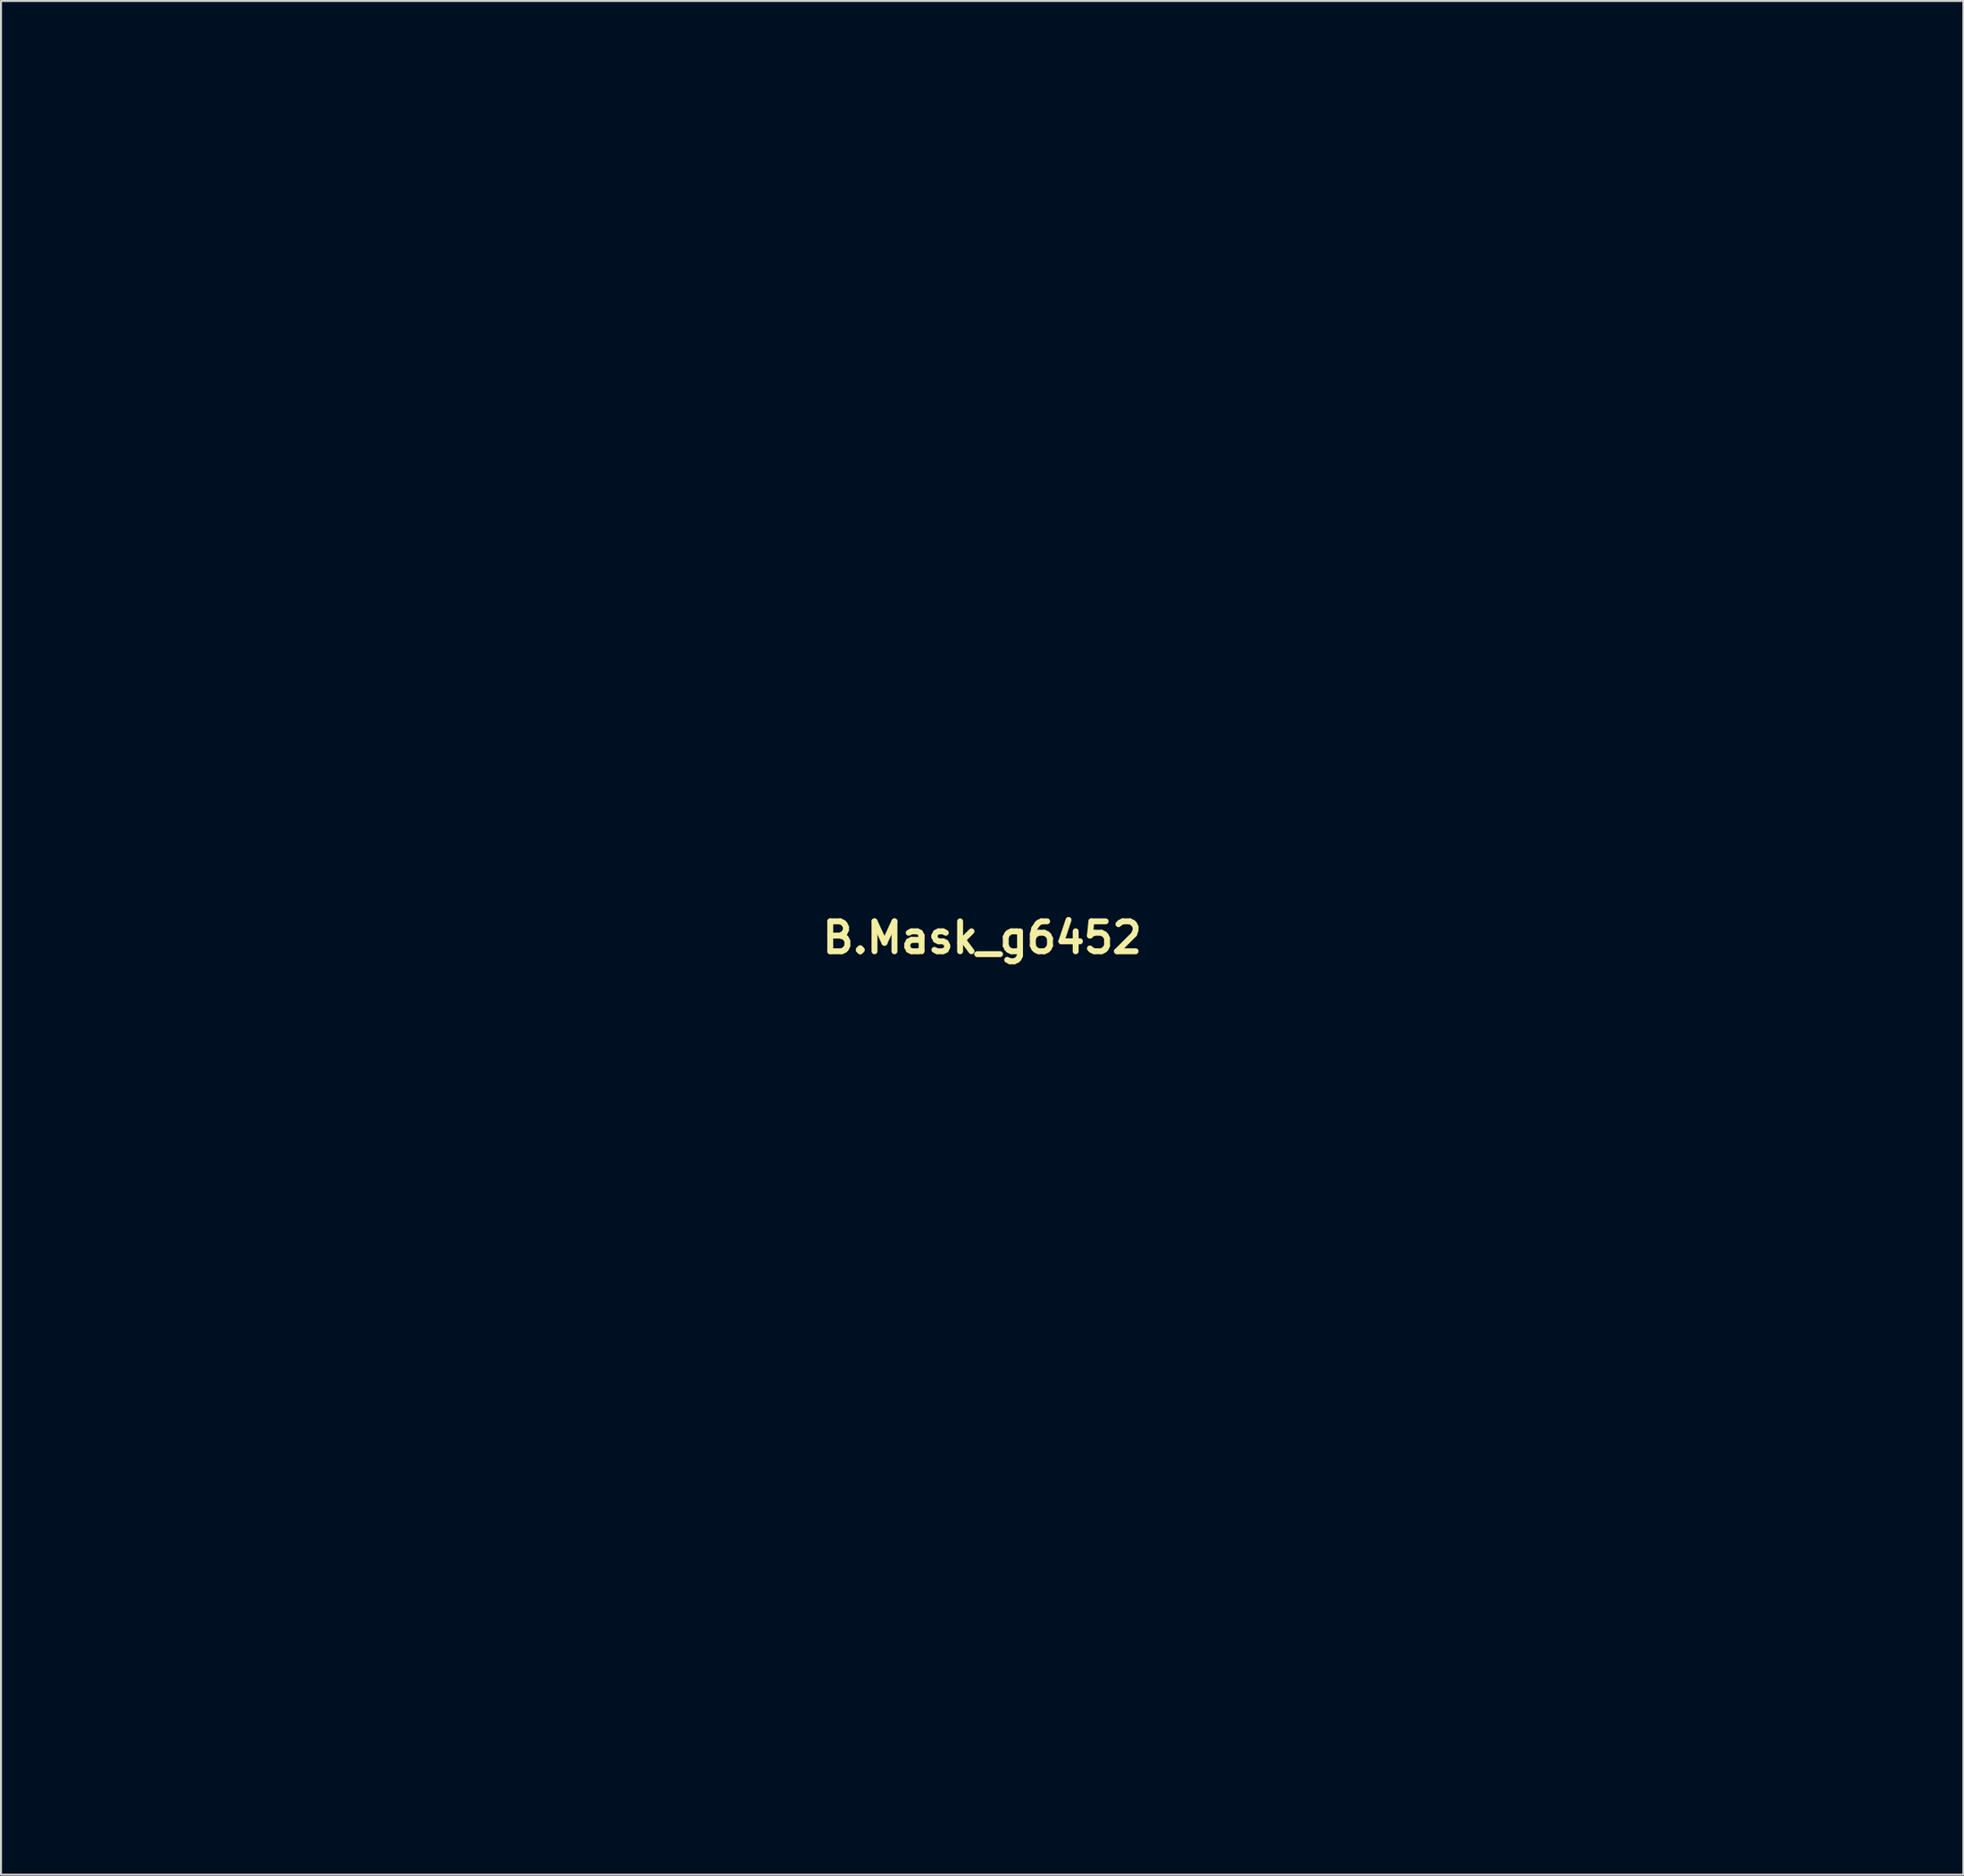
<source format=kicad_pcb>
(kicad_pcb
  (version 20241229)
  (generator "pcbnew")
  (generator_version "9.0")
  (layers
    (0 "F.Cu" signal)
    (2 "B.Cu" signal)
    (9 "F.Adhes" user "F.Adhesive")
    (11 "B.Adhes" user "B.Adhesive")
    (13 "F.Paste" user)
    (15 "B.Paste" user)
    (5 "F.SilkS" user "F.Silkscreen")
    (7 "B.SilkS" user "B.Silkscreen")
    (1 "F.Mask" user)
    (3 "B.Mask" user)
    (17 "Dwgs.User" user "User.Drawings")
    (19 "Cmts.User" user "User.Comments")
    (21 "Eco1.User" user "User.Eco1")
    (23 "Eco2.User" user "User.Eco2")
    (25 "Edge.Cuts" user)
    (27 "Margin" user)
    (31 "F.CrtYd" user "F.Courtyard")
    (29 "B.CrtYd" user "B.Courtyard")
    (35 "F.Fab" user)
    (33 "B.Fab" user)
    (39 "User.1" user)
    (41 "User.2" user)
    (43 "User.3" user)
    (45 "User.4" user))
  (footprint "B.Mask_g6452"
    (layer "F.Cu")
    (at 46.91 44.657)
    (property "Reference" "B.Mask_g6452" (at 0 0 0) (layer "F.SilkS") (effects (font (size 1.524 1.524) (thickness 0.3))))
    (attr through_hole)
    (fp_poly (pts (xy 0.198 -44.577) (xy 0.223 -44.554) (xy 0.265 -44.494) (xy 0.34 -44.367) (xy 0.444 -44.182) (xy 0.573 -43.946) (xy 0.721 -43.668) (xy 0.884 -43.358) (xy 1.058 -43.023) (xy 1.146 -42.85) (xy 1.473 -42.213) (xy 1.763 -41.647) (xy 2.021 -41.148) (xy 2.248 -40.712) (xy 2.447 -40.333) (xy 2.621 -40.008) (xy 2.773 -39.732) (xy 2.903 -39.5) (xy 3.017 -39.309) (xy 3.114 -39.154) (xy 3.2 -39.031) (xy 3.275 -38.934) (xy 3.342 -38.86) (xy 3.405 -38.804) (xy 3.464 -38.762) (xy 3.509 -38.737) (xy 3.623 -38.692) (xy 3.792 -38.641) (xy 3.988 -38.592) (xy 4.09 -38.57) (xy 4.246 -38.54) (xy 4.474 -38.499) (xy 4.762 -38.449) (xy 5.099 -38.392) (xy 5.473 -38.328) (xy 5.873 -38.262) (xy 6.286 -38.194) (xy 6.702 -38.126) (xy 7.109 -38.06) (xy 7.495 -37.998) (xy 7.848 -37.943) (xy 8.065 -37.909) (xy 8.551 -37.833) (xy 8.957 -37.766) (xy 9.285 -37.708) (xy 9.537 -37.657) (xy 9.717 -37.614) (xy 9.828 -37.578) (xy 9.855 -37.564) (xy 9.97 -37.45) (xy 10.007 -37.308) (xy 9.963 -37.148) (xy 9.96 -37.141) (xy 9.916 -37.085) (xy 9.818 -36.974) (xy 9.672 -36.816) (xy 9.484 -36.617) (xy 9.259 -36.383) (xy 9.003 -36.119) (xy 8.722 -35.833) (xy 8.423 -35.53) (xy 8.295 -35.401) (xy 7.816 -34.919) (xy 7.394 -34.493) (xy 7.025 -34.119) (xy 6.706 -33.794) (xy 6.433 -33.514) (xy 6.204 -33.276) (xy 6.014 -33.075) (xy 5.861 -32.909) (xy 5.74 -32.774) (xy 5.649 -32.666) (xy 5.584 -32.581) (xy 5.541 -32.517) (xy 5.526 -32.488) (xy 5.499 -32.421) (xy 5.478 -32.342) (xy 5.464 -32.246) (xy 5.457 -32.129) (xy 5.458 -31.984) (xy 5.468 -31.806) (xy 5.486 -31.592) (xy 5.514 -31.335) (xy 5.552 -31.031) (xy 5.601 -30.674) (xy 5.661 -30.26) (xy 5.732 -29.783) (xy 5.816 -29.238) (xy 5.913 -28.62) (xy 6.024 -27.925) (xy 6.034 -27.86) (xy 6.107 -27.397) (xy 6.168 -27.01) (xy 6.215 -26.692) (xy 6.252 -26.435) (xy 6.277 -26.232) (xy 6.293 -26.074) (xy 6.299 -25.956) (xy 6.297 -25.868) (xy 6.287 -25.803) (xy 6.27 -25.755) (xy 6.252 -25.723) (xy 6.161 -25.639) (xy 6.049 -25.589) (xy 6.016 -25.587) (xy 5.971 -25.593) (xy 5.908 -25.611) (xy 5.822 -25.643) (xy 5.707 -25.691) (xy 5.558 -25.758) (xy 5.37 -25.846) (xy 5.138 -25.958) (xy 4.855 -26.096) (xy 4.518 -26.263) (xy 4.121 -26.461) (xy 3.658 -26.693) (xy 3.2 -26.922) (xy 2.62 -27.213) (xy 2.111 -27.466) (xy 1.671 -27.684) (xy 1.296 -27.867) (xy 0.982 -28.017) (xy 0.727 -28.137) (xy 0.526 -28.226) (xy 0.377 -28.288) (xy 0.277 -28.324) (xy 0.243 -28.333) (xy 0.158 -28.349) (xy 0.077 -28.359) (xy -0.005 -28.361) (xy -0.095 -28.354) (xy -0.197 -28.334) (xy -0.317 -28.299) (xy -0.462 -28.247) (xy -0.637 -28.176) (xy -0.847 -28.082) (xy -1.099 -27.965) (xy -1.398 -27.821) (xy -1.75 -27.649) (xy -2.16 -27.445) (xy -2.635 -27.207) (xy -3.154 -26.947) (xy -3.6 -26.725) (xy -4.026 -26.513) (xy -4.426 -26.315) (xy -4.794 -26.134) (xy -5.123 -25.973) (xy -5.406 -25.836) (xy -5.638 -25.726) (xy -5.812 -25.645) (xy -5.921 -25.597) (xy -5.956 -25.585) (xy -6.063 -25.581) (xy -6.153 -25.627) (xy -6.205 -25.674) (xy -6.263 -25.737) (xy -6.295 -25.797) (xy -6.306 -25.879) (xy -6.302 -26.007) (xy -6.293 -26.113) (xy -6.28 -26.233) (xy -6.255 -26.424) (xy -6.22 -26.674) (xy -6.177 -26.969) (xy -6.127 -27.297) (xy -6.073 -27.646) (xy -6.036 -27.877) (xy -5.916 -28.629) (xy -5.809 -29.312) (xy -5.716 -29.924) (xy -5.636 -30.464) (xy -5.57 -30.929) (xy -5.518 -31.319) (xy -5.481 -31.63) (xy -5.458 -31.861) (xy -5.45 -32.004) (xy -5.459 -32.235) (xy -5.494 -32.408) (xy -5.524 -32.485) (xy -5.558 -32.542) (xy -5.615 -32.62) (xy -5.7 -32.723) (xy -5.814 -32.854) (xy -5.962 -33.017) (xy -6.147 -33.214) (xy -6.372 -33.449) (xy -6.64 -33.726) (xy -6.955 -34.048) (xy -7.319 -34.418) (xy -7.665 -34.768) (xy -2.149 -34.768) (xy -2.145 -34.452) (xy -2.134 -34.166) (xy -2.116 -33.926) (xy -2.09 -33.745) (xy -2.075 -33.681) (xy -1.986 -33.488) (xy -1.858 -33.368) (xy -1.686 -33.318) (xy -1.638 -33.316) (xy -1.488 -33.333) (xy -1.379 -33.391) (xy -1.347 -33.42) (xy -1.263 -33.533) (xy -1.197 -33.67) (xy -1.192 -33.685) (xy -1.154 -33.853) (xy -1.124 -34.089) (xy -1.101 -34.378) (xy -1.085 -34.703) (xy -1.077 -35.047) (xy -1.076 -35.395) (xy -1.078 -35.477) (xy 1.068 -35.477) (xy 1.069 -35.113) (xy 1.081 -34.737) (xy 1.09 -34.58) (xy 1.114 -34.252) (xy 1.139 -33.996) (xy 1.169 -33.8) (xy 1.207 -33.653) (xy 1.254 -33.542) (xy 1.314 -33.455) (xy 1.347 -33.42) (xy 1.485 -33.336) (xy 1.651 -33.311) (xy 1.815 -33.345) (xy 1.925 -33.417) (xy 1.985 -33.486) (xy 2.033 -33.566) (xy 2.07 -33.668) (xy 2.097 -33.8) (xy 2.116 -33.974) (xy 2.128 -34.198) (xy 2.134 -34.484) (xy 2.136 -34.841) (xy 2.136 -34.989) (xy 2.134 -35.42) (xy 2.125 -35.775) (xy 2.111 -36.064) (xy 2.089 -36.294) (xy 2.058 -36.474) (xy 2.018 -36.614) (xy 1.967 -36.721) (xy 1.918 -36.789) (xy 1.774 -36.904) (xy 1.61 -36.946) (xy 1.444 -36.917) (xy 1.296 -36.818) (xy 1.215 -36.712) (xy 1.168 -36.585) (xy 1.129 -36.385) (xy 1.099 -36.126) (xy 1.078 -35.819) (xy 1.068 -35.477) (xy -1.078 -35.477) (xy -1.083 -35.731) (xy -1.098 -36.038) (xy -1.121 -36.301) (xy -1.152 -36.503) (xy -1.166 -36.558) (xy -1.239 -36.747) (xy -1.34 -36.867) (xy -1.482 -36.931) (xy -1.552 -36.943) (xy -1.727 -36.927) (xy -1.88 -36.835) (xy -1.997 -36.674) (xy -2.017 -36.63) (xy -2.052 -36.503) (xy -2.082 -36.305) (xy -2.106 -36.051) (xy -2.126 -35.756) (xy -2.14 -35.435) (xy -2.148 -35.1) (xy -2.149 -34.768) (xy -7.665 -34.768) (xy -7.736 -34.84) (xy -8.209 -35.317) (xy -8.345 -35.454) (xy -8.65 -35.762) (xy -8.938 -36.056) (xy -9.202 -36.328) (xy -9.438 -36.573) (xy -9.639 -36.785) (xy -9.799 -36.958) (xy -9.914 -37.086) (xy -9.977 -37.163) (xy -9.987 -37.179) (xy -10.005 -37.337) (xy -9.947 -37.483) (xy -9.889 -37.546) (xy -9.847 -37.572) (xy -9.777 -37.599) (xy -9.674 -37.628) (xy -9.529 -37.661) (xy -9.336 -37.698) (xy -9.086 -37.742) (xy -8.773 -37.794) (xy -8.39 -37.855) (xy -8.022 -37.913) (xy -7.466 -38) (xy -6.922 -38.087) (xy -6.397 -38.172) (xy -5.898 -38.255) (xy -5.432 -38.334) (xy -5.007 -38.408) (xy -4.631 -38.475) (xy -4.309 -38.535) (xy -4.051 -38.585) (xy -3.863 -38.625) (xy -3.764 -38.65) (xy -3.556 -38.723) (xy -3.4 -38.809) (xy -3.269 -38.928) (xy -3.137 -39.102) (xy -3.108 -39.145) (xy -3.03 -39.273) (xy -2.915 -39.474) (xy -2.765 -39.746) (xy -2.582 -40.087) (xy -2.368 -40.492) (xy -2.122 -40.961) (xy -1.848 -41.489) (xy -1.545 -42.076) (xy -1.216 -42.717) (xy -1.106 -42.933) (xy -0.934 -43.268) (xy -0.769 -43.582) (xy -0.617 -43.868) (xy -0.483 -44.115) (xy -0.371 -44.316) (xy -0.287 -44.461) (xy -0.234 -44.542) (xy -0.225 -44.552) (xy -0.086 -44.643) (xy 0.058 -44.652) (xy 0.198 -44.577)) (stroke (width 0.01) (type solid)) (fill yes) (layer "B.Mask"))
    (fp_poly (pts (xy -22.718 25.62) (xy -22.582 25.74) (xy -22.514 25.835) (xy -22.473 25.908) (xy -22.397 26.049) (xy -22.292 26.248) (xy -22.161 26.499) (xy -22.009 26.791) (xy -21.84 27.118) (xy -21.658 27.471) (xy -21.472 27.834) (xy -21.165 28.435) (xy -20.894 28.966) (xy -20.655 29.43) (xy -20.445 29.833) (xy -20.262 30.179) (xy -20.103 30.473) (xy -19.965 30.72) (xy -19.844 30.924) (xy -19.738 31.09) (xy -19.644 31.222) (xy -19.559 31.326) (xy -19.479 31.405) (xy -19.403 31.466) (xy -19.326 31.511) (xy -19.246 31.546) (xy -19.16 31.576) (xy -19.072 31.603) (xy -18.974 31.626) (xy -18.792 31.662) (xy -18.527 31.711) (xy -18.179 31.773) (xy -17.748 31.847) (xy -17.234 31.934) (xy -16.637 32.033) (xy -15.958 32.145) (xy -15.196 32.269) (xy -14.352 32.406) (xy -14.225 32.427) (xy -13.927 32.476) (xy -13.653 32.524) (xy -13.414 32.568) (xy -13.224 32.606) (xy -13.094 32.636) (xy -13.041 32.652) (xy -12.918 32.75) (xy -12.846 32.887) (xy -12.842 33.034) (xy -12.843 33.035) (xy -12.88 33.091) (xy -12.976 33.204) (xy -13.131 33.375) (xy -13.343 33.601) (xy -13.611 33.882) (xy -13.935 34.216) (xy -14.313 34.603) (xy -14.744 35.041) (xy -14.998 35.297) (xy -15.352 35.656) (xy -15.692 36.002) (xy -16.011 36.328) (xy -16.306 36.63) (xy -16.569 36.903) (xy -16.798 37.141) (xy -16.986 37.338) (xy -17.128 37.491) (xy -17.219 37.592) (xy -17.251 37.631) (xy -17.305 37.715) (xy -17.341 37.789) (xy -17.363 37.873) (xy -17.373 37.987) (xy -17.376 38.152) (xy -17.375 38.308) (xy -17.373 38.423) (xy -17.367 38.549) (xy -17.356 38.693) (xy -17.34 38.859) (xy -17.318 39.055) (xy -17.289 39.285) (xy -17.252 39.555) (xy -17.207 39.871) (xy -17.152 40.239) (xy -17.087 40.664) (xy -17.011 41.153) (xy -16.924 41.71) (xy -16.824 42.342) (xy -16.765 42.714) (xy -16.712 43.051) (xy -16.664 43.371) (xy -16.623 43.662) (xy -16.589 43.912) (xy -16.566 44.107) (xy -16.554 44.237) (xy -16.552 44.27) (xy -16.577 44.466) (xy -16.653 44.595) (xy -16.78 44.656) (xy -16.848 44.662) (xy -16.915 44.642) (xy -17.055 44.584) (xy -17.267 44.488) (xy -17.549 44.355) (xy -17.899 44.185) (xy -18.316 43.981) (xy -18.799 43.741) (xy -19.346 43.467) (xy -19.575 43.352) (xy -20.049 43.114) (xy -20.499 42.89) (xy -20.92 42.682) (xy -21.305 42.494) (xy -21.647 42.328) (xy -21.941 42.188) (xy -22.18 42.077) (xy -22.357 41.998) (xy -22.467 41.953) (xy -22.482 41.949) (xy -22.576 41.92) (xy -22.661 41.898) (xy -22.743 41.882) (xy -22.829 41.877) (xy -22.923 41.884) (xy -23.032 41.905) (xy -23.161 41.943) (xy -23.316 41.999) (xy -23.502 42.076) (xy -23.726 42.176) (xy -23.993 42.301) (xy -24.308 42.454) (xy -24.678 42.636) (xy -25.108 42.85) (xy -25.604 43.098) (xy -26.016 43.304) (xy -26.505 43.548) (xy -26.961 43.774) (xy -27.38 43.98) (xy -27.758 44.164) (xy -28.087 44.322) (xy -28.364 44.454) (xy -28.584 44.555) (xy -28.74 44.624) (xy -28.829 44.658) (xy -28.844 44.662) (xy -28.964 44.628) (xy -29.069 44.552) (xy -29.128 44.487) (xy -29.158 44.422) (xy -29.165 44.331) (xy -29.155 44.186) (xy -29.153 44.16) (xy -29.138 44.034) (xy -29.112 43.841) (xy -29.076 43.598) (xy -29.035 43.324) (xy -28.989 43.034) (xy -28.975 42.947) (xy -28.924 42.627) (xy -28.867 42.266) (xy -28.806 41.874) (xy -28.743 41.462) (xy -28.678 41.039) (xy -28.614 40.615) (xy -28.552 40.201) (xy -28.493 39.806) (xy -28.439 39.44) (xy -28.392 39.114) (xy -28.352 38.837) (xy -28.322 38.619) (xy -28.303 38.471) (xy -28.298 38.43) (xy -28.286 38.168) (xy -28.316 37.948) (xy -28.397 37.746) (xy -28.535 37.537) (xy -28.635 37.414) (xy -28.711 37.33) (xy -28.841 37.193) (xy -29.018 37.007) (xy -29.238 36.779) (xy -29.495 36.515) (xy -29.781 36.221) (xy -30.093 35.902) (xy -30.352 35.639) (xy -24.994 35.639) (xy -24.992 35.899) (xy -24.988 36.1) (xy -24.98 36.252) (xy -24.968 36.369) (xy -24.951 36.462) (xy -24.928 36.544) (xy -24.919 36.569) (xy -24.841 36.742) (xy -24.742 36.852) (xy -24.708 36.876) (xy -24.594 36.936) (xy -24.502 36.952) (xy -24.392 36.925) (xy -24.317 36.895) (xy -24.202 36.819) (xy -24.111 36.693) (xy -24.04 36.507) (xy -23.986 36.253) (xy -23.956 36.02) (xy -23.941 35.833) (xy -23.932 35.593) (xy -23.927 35.323) (xy -21.754 35.323) (xy -21.749 35.712) (xy -21.735 36.03) (xy -21.71 36.287) (xy -21.674 36.489) (xy -21.625 36.644) (xy -21.561 36.759) (xy -21.482 36.842) (xy -21.403 36.891) (xy -21.227 36.936) (xy -21.056 36.899) (xy -20.906 36.788) (xy -20.845 36.712) (xy -20.797 36.619) (xy -20.76 36.502) (xy -20.733 36.35) (xy -20.716 36.155) (xy -20.707 35.907) (xy -20.705 35.596) (xy -20.71 35.213) (xy -20.712 35.052) (xy -20.722 34.651) (xy -20.735 34.325) (xy -20.752 34.066) (xy -20.774 33.862) (xy -20.804 33.706) (xy -20.843 33.588) (xy -20.891 33.498) (xy -20.951 33.427) (xy -20.965 33.415) (xy -21.128 33.315) (xy -21.299 33.293) (xy -21.462 33.346) (xy -21.599 33.471) (xy -21.644 33.543) (xy -21.673 33.6) (xy -21.695 33.659) (xy -21.712 33.732) (xy -21.724 33.829) (xy -21.733 33.963) (xy -21.74 34.142) (xy -21.745 34.379) (xy -21.75 34.685) (xy -21.752 34.858) (xy -21.754 35.323) (xy -23.927 35.323) (xy -23.927 35.318) (xy -23.927 35.021) (xy -23.932 34.719) (xy -23.94 34.428) (xy -23.952 34.163) (xy -23.967 33.939) (xy -23.985 33.772) (xy -24.001 33.692) (xy -24.092 33.488) (xy -24.221 33.355) (xy -24.381 33.296) (xy -24.564 33.316) (xy -24.617 33.335) (xy -24.71 33.388) (xy -24.786 33.47) (xy -24.849 33.586) (xy -24.898 33.745) (xy -24.935 33.953) (xy -24.962 34.218) (xy -24.979 34.548) (xy -24.989 34.949) (xy -24.993 35.306) (xy -24.994 35.639) (xy -30.352 35.639) (xy -30.423 35.566) (xy -30.767 35.218) (xy -30.875 35.108) (xy -31.27 34.708) (xy -31.61 34.364) (xy -31.897 34.071) (xy -32.138 33.824) (xy -32.335 33.619) (xy -32.493 33.452) (xy -32.615 33.319) (xy -32.708 33.213) (xy -32.773 33.133) (xy -32.816 33.072) (xy -32.84 33.026) (xy -32.85 32.991) (xy -32.851 32.978) (xy -32.838 32.857) (xy -32.81 32.769) (xy -32.788 32.734) (xy -32.756 32.702) (xy -32.709 32.673) (xy -32.639 32.644) (xy -32.539 32.614) (xy -32.402 32.582) (xy -32.221 32.546) (xy -31.989 32.505) (xy -31.7 32.457) (xy -31.346 32.4) (xy -30.92 32.333) (xy -30.565 32.278) (xy -29.771 32.154) (xy -29.061 32.04) (xy -28.434 31.936) (xy -27.89 31.843) (xy -27.429 31.76) (xy -27.05 31.687) (xy -26.752 31.624) (xy -26.536 31.571) (xy -26.401 31.528) (xy -26.374 31.516) (xy -26.255 31.431) (xy -26.116 31.296) (xy -25.98 31.134) (xy -25.92 31.052) (xy -25.855 30.946) (xy -25.754 30.765) (xy -25.616 30.511) (xy -25.443 30.186) (xy -25.235 29.789) (xy -24.993 29.323) (xy -24.717 28.789) (xy -24.409 28.188) (xy -24.163 27.707) (xy -23.974 27.339) (xy -23.794 26.99) (xy -23.627 26.668) (xy -23.477 26.382) (xy -23.348 26.139) (xy -23.245 25.948) (xy -23.171 25.816) (xy -23.132 25.752) (xy -22.999 25.625) (xy -22.859 25.581) (xy -22.718 25.62)) (stroke (width 0.01) (type solid)) (fill yes) (layer "B.Mask"))
    (fp_poly (pts (xy 22.941 25.598) (xy 23.078 25.69) (xy 23.131 25.752) (xy 23.17 25.816) (xy 23.243 25.948) (xy 23.347 26.139) (xy 23.476 26.382) (xy 23.626 26.669) (xy 23.794 26.992) (xy 23.975 27.343) (xy 24.166 27.714) (xy 24.184 27.75) (xy 24.479 28.327) (xy 24.739 28.834) (xy 24.966 29.276) (xy 25.163 29.657) (xy 25.333 29.984) (xy 25.479 30.261) (xy 25.604 30.493) (xy 25.71 30.685) (xy 25.801 30.843) (xy 25.878 30.971) (xy 25.945 31.076) (xy 26.005 31.161) (xy 26.06 31.232) (xy 26.114 31.295) (xy 26.137 31.32) (xy 26.258 31.435) (xy 26.388 31.519) (xy 26.549 31.582) (xy 26.767 31.638) (xy 26.805 31.646) (xy 26.923 31.669) (xy 27.116 31.703) (xy 27.372 31.748) (xy 27.684 31.802) (xy 28.041 31.863) (xy 28.434 31.929) (xy 28.852 31.998) (xy 29.288 32.071) (xy 29.73 32.143) (xy 30.169 32.215) (xy 30.597 32.284) (xy 31.002 32.349) (xy 31.348 32.404) (xy 31.743 32.467) (xy 32.062 32.521) (xy 32.313 32.569) (xy 32.505 32.615) (xy 32.645 32.66) (xy 32.741 32.709) (xy 32.802 32.764) (xy 32.835 32.829) (xy 32.848 32.906) (xy 32.851 32.978) (xy 32.846 33.009) (xy 32.829 33.049) (xy 32.795 33.102) (xy 32.741 33.173) (xy 32.662 33.266) (xy 32.555 33.385) (xy 32.414 33.535) (xy 32.237 33.721) (xy 32.019 33.946) (xy 31.755 34.215) (xy 31.443 34.533) (xy 31.077 34.904) (xy 30.833 35.15) (xy 30.484 35.503) (xy 30.148 35.845) (xy 29.83 36.169) (xy 29.536 36.471) (xy 29.271 36.743) (xy 29.041 36.982) (xy 28.851 37.18) (xy 28.707 37.332) (xy 28.615 37.433) (xy 28.592 37.459) (xy 28.426 37.691) (xy 28.327 37.915) (xy 28.288 38.157) (xy 28.298 38.43) (xy 28.316 38.585) (xy 28.347 38.815) (xy 28.388 39.11) (xy 28.438 39.461) (xy 28.496 39.859) (xy 28.561 40.295) (xy 28.632 40.76) (xy 28.706 41.244) (xy 28.782 41.739) (xy 28.86 42.234) (xy 28.893 42.439) (xy 28.948 42.792) (xy 29.001 43.131) (xy 29.048 43.442) (xy 29.089 43.715) (xy 29.121 43.937) (xy 29.143 44.096) (xy 29.15 44.161) (xy 29.163 44.315) (xy 29.16 44.411) (xy 29.134 44.478) (xy 29.081 44.541) (xy 29.069 44.552) (xy 28.945 44.637) (xy 28.84 44.662) (xy 28.779 44.643) (xy 28.646 44.587) (xy 28.446 44.496) (xy 28.183 44.372) (xy 27.86 44.216) (xy 27.482 44.032) (xy 27.052 43.82) (xy 26.574 43.583) (xy 26.053 43.322) (xy 26.033 43.312) (xy 25.487 43.037) (xy 25.01 42.799) (xy 24.598 42.593) (xy 24.244 42.419) (xy 23.943 42.274) (xy 23.69 42.156) (xy 23.478 42.062) (xy 23.301 41.99) (xy 23.155 41.939) (xy 23.033 41.904) (xy 22.93 41.885) (xy 22.84 41.879) (xy 22.758 41.884) (xy 22.677 41.898) (xy 22.592 41.917) (xy 22.564 41.925) (xy 22.458 41.961) (xy 22.278 42.038) (xy 22.023 42.154) (xy 21.695 42.309) (xy 21.292 42.504) (xy 20.814 42.739) (xy 20.262 43.013) (xy 19.635 43.327) (xy 19.633 43.328) (xy 19.106 43.592) (xy 18.624 43.831) (xy 18.193 44.044) (xy 17.815 44.228) (xy 17.494 44.382) (xy 17.234 44.504) (xy 17.038 44.593) (xy 16.911 44.646) (xy 16.857 44.662) (xy 16.725 44.624) (xy 16.638 44.557) (xy 16.59 44.499) (xy 16.563 44.438) (xy 16.553 44.35) (xy 16.558 44.215) (xy 16.566 44.102) (xy 16.58 43.966) (xy 16.605 43.762) (xy 16.641 43.504) (xy 16.684 43.208) (xy 16.733 42.889) (xy 16.784 42.566) (xy 16.841 42.21) (xy 16.907 41.795) (xy 16.978 41.342) (xy 17.049 40.877) (xy 17.119 40.423) (xy 17.182 40.002) (xy 17.191 39.941) (xy 17.259 39.472) (xy 17.313 39.078) (xy 17.353 38.751) (xy 17.38 38.482) (xy 17.392 38.264) (xy 17.391 38.088) (xy 17.377 37.945) (xy 17.349 37.829) (xy 17.309 37.729) (xy 17.256 37.639) (xy 17.251 37.631) (xy 17.2 37.57) (xy 17.095 37.455) (xy 16.94 37.29) (xy 16.741 37.081) (xy 16.503 36.834) (xy 16.231 36.553) (xy 15.929 36.244) (xy 15.604 35.912) (xy 15.26 35.563) (xy 15.183 35.485) (xy 20.707 35.485) (xy 20.708 35.842) (xy 20.719 36.131) (xy 20.74 36.36) (xy 20.774 36.539) (xy 20.821 36.675) (xy 20.883 36.777) (xy 20.961 36.853) (xy 21.044 36.904) (xy 21.178 36.934) (xy 21.342 36.916) (xy 21.468 36.869) (xy 21.532 36.808) (xy 21.596 36.707) (xy 21.603 36.694) (xy 21.651 36.572) (xy 21.689 36.427) (xy 21.718 36.249) (xy 21.738 36.029) (xy 21.75 35.756) (xy 21.754 35.422) (xy 21.754 35.348) (xy 23.927 35.348) (xy 23.93 35.621) (xy 23.938 35.858) (xy 23.951 36.044) (xy 23.956 36.087) (xy 24.008 36.382) (xy 24.085 36.623) (xy 24.183 36.8) (xy 24.297 36.904) (xy 24.299 36.905) (xy 24.45 36.939) (xy 24.621 36.913) (xy 24.748 36.852) (xy 24.815 36.778) (xy 24.884 36.656) (xy 24.92 36.567) (xy 24.944 36.488) (xy 24.963 36.402) (xy 24.976 36.296) (xy 24.986 36.158) (xy 24.991 35.977) (xy 24.993 35.741) (xy 24.993 35.438) (xy 24.993 35.264) (xy 24.988 34.811) (xy 24.976 34.436) (xy 24.957 34.13) (xy 24.929 33.885) (xy 24.889 33.695) (xy 24.838 33.552) (xy 24.773 33.448) (xy 24.693 33.375) (xy 24.617 33.335) (xy 24.428 33.293) (xy 24.262 33.331) (xy 24.123 33.446) (xy 24.019 33.633) (xy 23.998 33.692) (xy 23.98 33.795) (xy 23.963 33.968) (xy 23.949 34.195) (xy 23.939 34.462) (xy 23.931 34.753) (xy 23.927 35.053) (xy 23.927 35.348) (xy 21.754 35.348) (xy 21.753 35.015) (xy 21.751 34.879) (xy 21.746 34.533) (xy 21.74 34.262) (xy 21.733 34.052) (xy 21.723 33.894) (xy 21.71 33.776) (xy 21.694 33.687) (xy 21.672 33.616) (xy 21.657 33.576) (xy 21.551 33.418) (xy 21.407 33.322) (xy 21.245 33.291) (xy 21.082 33.329) (xy 20.952 33.425) (xy 20.892 33.502) (xy 20.843 33.599) (xy 20.805 33.726) (xy 20.775 33.891) (xy 20.752 34.104) (xy 20.734 34.376) (xy 20.722 34.714) (xy 20.713 35.052) (xy 20.707 35.485) (xy 15.183 35.485) (xy 14.998 35.298) (xy 14.531 34.826) (xy 14.12 34.407) (xy 13.764 34.042) (xy 13.466 33.731) (xy 13.224 33.477) (xy 13.041 33.279) (xy 12.917 33.138) (xy 12.853 33.054) (xy 12.843 33.036) (xy 12.846 32.889) (xy 12.917 32.751) (xy 13.04 32.653) (xy 13.04 32.652) (xy 13.111 32.631) (xy 13.252 32.6) (xy 13.45 32.561) (xy 13.691 32.517) (xy 13.962 32.47) (xy 14.097 32.448) (xy 14.956 32.308) (xy 15.735 32.181) (xy 16.434 32.066) (xy 17.052 31.963) (xy 17.59 31.873) (xy 18.046 31.795) (xy 18.42 31.73) (xy 18.712 31.677) (xy 18.921 31.637) (xy 19.047 31.61) (xy 19.073 31.603) (xy 19.166 31.574) (xy 19.251 31.544) (xy 19.331 31.507) (xy 19.408 31.46) (xy 19.485 31.397) (xy 19.566 31.315) (xy 19.652 31.207) (xy 19.748 31.071) (xy 19.856 30.9) (xy 19.979 30.692) (xy 20.12 30.44) (xy 20.282 30.14) (xy 20.468 29.788) (xy 20.68 29.379) (xy 20.922 28.908) (xy 21.197 28.372) (xy 21.504 27.77) (xy 21.692 27.402) (xy 21.872 27.054) (xy 22.038 26.732) (xy 22.187 26.445) (xy 22.315 26.201) (xy 22.417 26.009) (xy 22.489 25.876) (xy 22.525 25.813) (xy 22.657 25.66) (xy 22.798 25.588) (xy 22.941 25.598)) (stroke (width 0.01) (type solid)) (fill yes) (layer "B.Mask"))
    (fp_poly (pts (xy -36.714 -17.751) (xy -36.685 -17.727) (xy -36.644 -17.671) (xy -36.569 -17.546) (xy -36.464 -17.361) (xy -36.332 -17.121) (xy -36.178 -16.834) (xy -36.005 -16.507) (xy -35.817 -16.148) (xy -35.618 -15.763) (xy -35.578 -15.684) (xy -35.276 -15.098) (xy -35.011 -14.581) (xy -34.778 -14.131) (xy -34.576 -13.741) (xy -34.401 -13.407) (xy -34.252 -13.123) (xy -34.124 -12.886) (xy -34.016 -12.69) (xy -33.925 -12.529) (xy -33.847 -12.4) (xy -33.782 -12.298) (xy -33.724 -12.216) (xy -33.673 -12.151) (xy -33.625 -12.098) (xy -33.584 -12.057) (xy -33.379 -11.913) (xy -33.099 -11.805) (xy -32.964 -11.77) (xy -32.869 -11.752) (xy -32.701 -11.721) (xy -32.468 -11.68) (xy -32.182 -11.631) (xy -31.852 -11.575) (xy -31.488 -11.514) (xy -31.101 -11.449) (xy -30.699 -11.383) (xy -30.294 -11.316) (xy -29.894 -11.251) (xy -29.51 -11.189) (xy -29.152 -11.131) (xy -28.829 -11.08) (xy -28.765 -11.07) (xy -28.341 -11.004) (xy -27.993 -10.947) (xy -27.712 -10.899) (xy -27.49 -10.859) (xy -27.32 -10.823) (xy -27.193 -10.79) (xy -27.101 -10.76) (xy -27.037 -10.729) (xy -26.991 -10.696) (xy -26.978 -10.683) (xy -26.895 -10.551) (xy -26.896 -10.403) (xy -26.951 -10.286) (xy -26.994 -10.236) (xy -27.09 -10.132) (xy -27.234 -9.981) (xy -27.421 -9.788) (xy -27.643 -9.559) (xy -27.896 -9.301) (xy -28.172 -9.019) (xy -28.467 -8.721) (xy -28.551 -8.636) (xy -29.025 -8.157) (xy -29.443 -7.735) (xy -29.808 -7.364) (xy -30.123 -7.042) (xy -30.394 -6.764) (xy -30.622 -6.527) (xy -30.812 -6.326) (xy -30.968 -6.159) (xy -31.093 -6.02) (xy -31.19 -5.907) (xy -31.264 -5.814) (xy -31.318 -5.74) (xy -31.355 -5.679) (xy -31.368 -5.655) (xy -31.412 -5.554) (xy -31.439 -5.461) (xy -31.451 -5.353) (xy -31.45 -5.205) (xy -31.44 -5.023) (xy -31.426 -4.851) (xy -31.397 -4.602) (xy -31.356 -4.28) (xy -31.303 -3.892) (xy -31.239 -3.442) (xy -31.164 -2.936) (xy -31.079 -2.38) (xy -30.986 -1.779) (xy -30.884 -1.139) (xy -30.817 -0.72) (xy -30.746 -0.274) (xy -30.691 0.096) (xy -30.651 0.397) (xy -30.625 0.637) (xy -30.614 0.822) (xy -30.615 0.961) (xy -30.63 1.059) (xy -30.656 1.124) (xy -30.671 1.144) (xy -30.706 1.18) (xy -30.744 1.208) (xy -30.79 1.225) (xy -30.849 1.229) (xy -30.926 1.218) (xy -31.028 1.19) (xy -31.159 1.142) (xy -31.325 1.072) (xy -31.531 0.978) (xy -31.783 0.859) (xy -32.087 0.711) (xy -32.447 0.532) (xy -32.868 0.32) (xy -33.358 0.074) (xy -33.623 -0.06) (xy -34.063 -0.282) (xy -34.487 -0.494) (xy -34.887 -0.693) (xy -35.257 -0.876) (xy -35.59 -1.039) (xy -35.879 -1.179) (xy -36.116 -1.292) (xy -36.296 -1.376) (xy -36.409 -1.426) (xy -36.437 -1.436) (xy -36.762 -1.511) (xy -37.07 -1.509) (xy -37.353 -1.442) (xy -37.431 -1.409) (xy -37.578 -1.341) (xy -37.787 -1.242) (xy -38.05 -1.114) (xy -38.361 -0.962) (xy -38.713 -0.789) (xy -39.098 -0.599) (xy -39.51 -0.393) (xy -39.941 -0.177) (xy -40.121 -0.087) (xy -40.555 0.131) (xy -40.969 0.338) (xy -41.357 0.531) (xy -41.712 0.707) (xy -42.027 0.863) (xy -42.296 0.995) (xy -42.512 1.099) (xy -42.669 1.174) (xy -42.76 1.215) (xy -42.778 1.222) (xy -42.9 1.238) (xy -42.998 1.224) (xy -43.089 1.164) (xy -43.162 1.081) (xy -43.182 1.044) (xy -43.197 1) (xy -43.206 0.94) (xy -43.207 0.858) (xy -43.2 0.746) (xy -43.185 0.596) (xy -43.16 0.402) (xy -43.124 0.156) (xy -43.078 -0.15) (xy -43.019 -0.522) (xy -42.947 -0.969) (xy -42.926 -1.101) (xy -42.813 -1.805) (xy -42.715 -2.431) (xy -42.629 -2.983) (xy -42.556 -3.467) (xy -42.496 -3.887) (xy -42.447 -4.249) (xy -42.409 -4.557) (xy -42.383 -4.817) (xy -42.366 -5.032) (xy -42.358 -5.21) (xy -42.36 -5.353) (xy -42.37 -5.468) (xy -42.389 -5.559) (xy -42.414 -5.631) (xy -42.428 -5.659) (xy -42.463 -5.718) (xy -42.507 -5.783) (xy -42.565 -5.859) (xy -42.642 -5.951) (xy -42.742 -6.063) (xy -42.869 -6.201) (xy -43.029 -6.37) (xy -43.225 -6.573) (xy -43.463 -6.816) (xy -43.746 -7.104) (xy -44.079 -7.441) (xy -44.467 -7.833) (xy -44.48 -7.846) (xy -39.055 -7.846) (xy -39.045 -7.488) (xy -39.023 -7.184) (xy -38.989 -6.943) (xy -38.944 -6.773) (xy -38.927 -6.735) (xy -38.805 -6.576) (xy -38.649 -6.492) (xy -38.468 -6.485) (xy -38.315 -6.539) (xy -38.217 -6.619) (xy -38.137 -6.752) (xy -38.074 -6.941) (xy -38.028 -7.193) (xy -37.997 -7.512) (xy -37.981 -7.902) (xy -37.98 -8.369) (xy -37.98 -8.382) (xy -35.793 -8.382) (xy -35.791 -7.959) (xy -35.786 -7.611) (xy -35.775 -7.33) (xy -35.758 -7.108) (xy -35.733 -6.935) (xy -35.699 -6.803) (xy -35.655 -6.703) (xy -35.599 -6.625) (xy -35.533 -6.564) (xy -35.38 -6.49) (xy -35.211 -6.478) (xy -35.056 -6.528) (xy -34.989 -6.578) (xy -34.921 -6.657) (xy -34.867 -6.749) (xy -34.826 -6.864) (xy -34.796 -7.012) (xy -34.775 -7.202) (xy -34.764 -7.443) (xy -34.761 -7.745) (xy -34.764 -8.117) (xy -34.768 -8.336) (xy -34.777 -8.73) (xy -34.787 -9.049) (xy -34.801 -9.303) (xy -34.819 -9.501) (xy -34.843 -9.655) (xy -34.875 -9.773) (xy -34.916 -9.865) (xy -34.968 -9.942) (xy -35.011 -9.992) (xy -35.157 -10.091) (xy -35.328 -10.121) (xy -35.498 -10.079) (xy -35.572 -10.032) (xy -35.632 -9.98) (xy -35.679 -9.92) (xy -35.716 -9.842) (xy -35.745 -9.737) (xy -35.765 -9.597) (xy -35.779 -9.411) (xy -35.787 -9.171) (xy -35.791 -8.868) (xy -35.793 -8.491) (xy -35.793 -8.382) (xy -37.98 -8.382) (xy -37.985 -8.632) (xy -37.994 -8.945) (xy -38.006 -9.226) (xy -38.021 -9.461) (xy -38.037 -9.638) (xy -38.054 -9.744) (xy -38.056 -9.753) (xy -38.148 -9.94) (xy -38.277 -10.062) (xy -38.427 -10.118) (xy -38.584 -10.11) (xy -38.733 -10.037) (xy -38.859 -9.901) (xy -38.944 -9.712) (xy -38.961 -9.619) (xy -38.98 -9.458) (xy -38.999 -9.243) (xy -39.018 -8.992) (xy -39.034 -8.72) (xy -39.036 -8.682) (xy -39.052 -8.247) (xy -39.055 -7.846) (xy -44.48 -7.846) (xy -44.529 -7.895) (xy -44.961 -8.33) (xy -45.337 -8.71) (xy -45.661 -9.037) (xy -45.937 -9.317) (xy -46.169 -9.554) (xy -46.361 -9.751) (xy -46.516 -9.913) (xy -46.638 -10.044) (xy -46.732 -10.149) (xy -46.801 -10.231) (xy -46.848 -10.294) (xy -46.879 -10.343) (xy -46.896 -10.382) (xy -46.903 -10.415) (xy -46.905 -10.447) (xy -46.905 -10.466) (xy -46.898 -10.554) (xy -46.87 -10.628) (xy -46.814 -10.691) (xy -46.72 -10.745) (xy -46.582 -10.795) (xy -46.389 -10.843) (xy -46.134 -10.893) (xy -45.808 -10.948) (xy -45.572 -10.985) (xy -45.21 -11.042) (xy -44.815 -11.105) (xy -44.395 -11.172) (xy -43.96 -11.243) (xy -43.519 -11.316) (xy -43.08 -11.388) (xy -42.653 -11.46) (xy -42.247 -11.528) (xy -41.87 -11.592) (xy -41.531 -11.651) (xy -41.24 -11.702) (xy -41.006 -11.744) (xy -40.837 -11.776) (xy -40.742 -11.795) (xy -40.741 -11.796) (xy -40.517 -11.864) (xy -40.347 -11.95) (xy -40.204 -12.073) (xy -40.059 -12.252) (xy -40.036 -12.284) (xy -39.964 -12.397) (xy -39.857 -12.58) (xy -39.719 -12.827) (xy -39.552 -13.132) (xy -39.361 -13.488) (xy -39.147 -13.891) (xy -38.915 -14.334) (xy -38.667 -14.811) (xy -38.407 -15.316) (xy -38.137 -15.843) (xy -37.861 -16.386) (xy -37.848 -16.414) (xy -37.695 -16.712) (xy -37.551 -16.99) (xy -37.42 -17.238) (xy -37.307 -17.445) (xy -37.219 -17.6) (xy -37.16 -17.695) (xy -37.145 -17.716) (xy -37.012 -17.804) (xy -36.862 -17.816) (xy -36.714 -17.751)) (stroke (width 0.01) (type solid)) (fill yes) (layer "B.Mask"))
    (fp_poly (pts (xy 37.074 -17.776) (xy 37.143 -17.718) (xy 37.185 -17.655) (xy 37.26 -17.527) (xy 37.361 -17.343) (xy 37.485 -17.112) (xy 37.625 -16.846) (xy 37.776 -16.553) (xy 37.867 -16.374) (xy 38.153 -15.81) (xy 38.431 -15.267) (xy 38.697 -14.752) (xy 38.947 -14.27) (xy 39.18 -13.826) (xy 39.393 -13.426) (xy 39.582 -13.075) (xy 39.744 -12.779) (xy 39.876 -12.544) (xy 39.977 -12.374) (xy 40.031 -12.291) (xy 40.142 -12.149) (xy 40.258 -12.024) (xy 40.354 -11.944) (xy 40.356 -11.943) (xy 40.392 -11.921) (xy 40.426 -11.901) (xy 40.462 -11.882) (xy 40.506 -11.863) (xy 40.561 -11.844) (xy 40.632 -11.823) (xy 40.724 -11.8) (xy 40.842 -11.775) (xy 40.99 -11.745) (xy 41.172 -11.711) (xy 41.394 -11.672) (xy 41.659 -11.625) (xy 41.972 -11.572) (xy 42.338 -11.511) (xy 42.762 -11.441) (xy 43.248 -11.361) (xy 43.8 -11.27) (xy 44.423 -11.169) (xy 45.122 -11.054) (xy 45.673 -10.965) (xy 46.023 -10.906) (xy 46.298 -10.856) (xy 46.507 -10.811) (xy 46.66 -10.767) (xy 46.766 -10.72) (xy 46.834 -10.668) (xy 46.873 -10.605) (xy 46.892 -10.53) (xy 46.897 -10.481) (xy 46.901 -10.45) (xy 46.902 -10.421) (xy 46.898 -10.39) (xy 46.884 -10.354) (xy 46.858 -10.308) (xy 46.815 -10.249) (xy 46.751 -10.172) (xy 46.664 -10.073) (xy 46.548 -9.948) (xy 46.402 -9.794) (xy 46.219 -9.606) (xy 45.998 -9.38) (xy 45.735 -9.112) (xy 45.424 -8.798) (xy 45.064 -8.434) (xy 44.65 -8.016) (xy 44.404 -7.768) (xy 44.001 -7.36) (xy 43.639 -6.989) (xy 43.32 -6.66) (xy 43.047 -6.375) (xy 42.824 -6.137) (xy 42.653 -5.949) (xy 42.536 -5.815) (xy 42.478 -5.736) (xy 42.419 -5.629) (xy 42.384 -5.536) (xy 42.365 -5.431) (xy 42.36 -5.288) (xy 42.361 -5.122) (xy 42.367 -4.982) (xy 42.383 -4.796) (xy 42.409 -4.559) (xy 42.445 -4.267) (xy 42.492 -3.918) (xy 42.551 -3.505) (xy 42.622 -3.026) (xy 42.706 -2.476) (xy 42.803 -1.852) (xy 42.915 -1.148) (xy 42.926 -1.079) (xy 42.999 -0.614) (xy 43.061 -0.225) (xy 43.11 0.095) (xy 43.149 0.354) (xy 43.177 0.559) (xy 43.195 0.717) (xy 43.204 0.836) (xy 43.206 0.923) (xy 43.2 0.985) (xy 43.187 1.031) (xy 43.169 1.066) (xy 43.149 1.095) (xy 43.05 1.183) (xy 42.909 1.218) (xy 42.9 1.219) (xy 42.86 1.218) (xy 42.806 1.207) (xy 42.734 1.185) (xy 42.637 1.148) (xy 42.51 1.093) (xy 42.348 1.02) (xy 42.145 0.923) (xy 41.896 0.802) (xy 41.595 0.654) (xy 41.237 0.476) (xy 40.816 0.265) (xy 40.327 0.018) (xy 40.166 -0.063) (xy 39.725 -0.284) (xy 39.301 -0.497) (xy 38.901 -0.696) (xy 38.531 -0.879) (xy 38.199 -1.042) (xy 37.911 -1.182) (xy 37.675 -1.295) (xy 37.497 -1.379) (xy 37.384 -1.429) (xy 37.355 -1.441) (xy 37.037 -1.513) (xy 36.72 -1.507) (xy 36.488 -1.456) (xy 36.412 -1.426) (xy 36.267 -1.361) (xy 36.06 -1.264) (xy 35.798 -1.139) (xy 35.488 -0.989) (xy 35.136 -0.817) (xy 34.75 -0.627) (xy 34.336 -0.422) (xy 33.901 -0.205) (xy 33.655 -0.082) (xy 33.216 0.138) (xy 32.798 0.347) (xy 32.407 0.542) (xy 32.05 0.719) (xy 31.733 0.876) (xy 31.461 1.009) (xy 31.243 1.115) (xy 31.083 1.192) (xy 30.989 1.235) (xy 30.967 1.244) (xy 30.857 1.245) (xy 30.796 1.229) (xy 30.705 1.182) (xy 30.648 1.117) (xy 30.618 1.016) (xy 30.611 0.864) (xy 30.62 0.666) (xy 30.635 0.509) (xy 30.662 0.288) (xy 30.698 0.019) (xy 30.742 -0.28) (xy 30.79 -0.591) (xy 30.815 -0.741) (xy 30.896 -1.24) (xy 30.977 -1.745) (xy 31.056 -2.246) (xy 31.131 -2.735) (xy 31.2 -3.202) (xy 31.264 -3.638) (xy 31.32 -4.036) (xy 31.367 -4.384) (xy 31.404 -4.676) (xy 31.429 -4.901) (xy 31.442 -5.044) (xy 31.451 -5.241) (xy 31.449 -5.38) (xy 31.434 -5.485) (xy 31.401 -5.581) (xy 31.367 -5.656) (xy 31.336 -5.711) (xy 31.291 -5.777) (xy 31.228 -5.86) (xy 31.142 -5.962) (xy 31.031 -6.087) (xy 30.891 -6.24) (xy 30.719 -6.424) (xy 30.51 -6.642) (xy 30.262 -6.898) (xy 29.97 -7.197) (xy 29.631 -7.542) (xy 29.253 -7.925) (xy 34.761 -7.925) (xy 34.761 -7.589) (xy 34.768 -7.318) (xy 34.784 -7.103) (xy 34.809 -6.935) (xy 34.845 -6.804) (xy 34.893 -6.701) (xy 34.954 -6.616) (xy 34.989 -6.578) (xy 35.125 -6.497) (xy 35.291 -6.476) (xy 35.456 -6.518) (xy 35.533 -6.564) (xy 35.601 -6.628) (xy 35.656 -6.706) (xy 35.7 -6.807) (xy 35.734 -6.94) (xy 35.758 -7.114) (xy 35.775 -7.339) (xy 35.786 -7.621) (xy 35.791 -7.971) (xy 35.792 -8.131) (xy 37.979 -8.131) (xy 37.987 -7.708) (xy 38.009 -7.359) (xy 38.046 -7.077) (xy 38.1 -6.856) (xy 38.173 -6.692) (xy 38.265 -6.579) (xy 38.379 -6.51) (xy 38.516 -6.481) (xy 38.549 -6.48) (xy 38.679 -6.505) (xy 38.79 -6.562) (xy 38.883 -6.671) (xy 38.956 -6.839) (xy 39.008 -7.071) (xy 39.044 -7.376) (xy 39.055 -7.556) (xy 39.062 -7.78) (xy 39.061 -8.046) (xy 39.055 -8.339) (xy 39.043 -8.642) (xy 39.027 -8.939) (xy 39.008 -9.213) (xy 38.986 -9.447) (xy 38.962 -9.626) (xy 38.944 -9.712) (xy 38.86 -9.894) (xy 38.735 -10.028) (xy 38.585 -10.106) (xy 38.427 -10.124) (xy 38.277 -10.073) (xy 38.207 -10.017) (xy 38.147 -9.946) (xy 38.099 -9.862) (xy 38.062 -9.753) (xy 38.034 -9.609) (xy 38.014 -9.418) (xy 38 -9.171) (xy 37.989 -8.856) (xy 37.984 -8.631) (xy 37.979 -8.131) (xy 35.792 -8.131) (xy 35.793 -8.382) (xy 35.792 -8.779) (xy 35.789 -9.1) (xy 35.781 -9.356) (xy 35.769 -9.554) (xy 35.75 -9.705) (xy 35.724 -9.818) (xy 35.69 -9.902) (xy 35.645 -9.966) (xy 35.589 -10.019) (xy 35.572 -10.032) (xy 35.42 -10.103) (xy 35.244 -10.112) (xy 35.08 -10.059) (xy 35.037 -10.031) (xy 34.972 -9.969) (xy 34.918 -9.891) (xy 34.875 -9.788) (xy 34.842 -9.651) (xy 34.816 -9.471) (xy 34.797 -9.239) (xy 34.783 -8.945) (xy 34.772 -8.582) (xy 34.767 -8.337) (xy 34.761 -7.925) (xy 29.253 -7.925) (xy 29.242 -7.936) (xy 28.799 -8.384) (xy 28.465 -8.721) (xy 28.171 -9.018) (xy 27.894 -9.3) (xy 27.641 -9.559) (xy 27.417 -9.791) (xy 27.228 -9.988) (xy 27.08 -10.144) (xy 26.979 -10.255) (xy 26.931 -10.312) (xy 26.928 -10.316) (xy 26.884 -10.474) (xy 26.923 -10.614) (xy 26.979 -10.685) (xy 27.019 -10.717) (xy 27.077 -10.747) (xy 27.161 -10.778) (xy 27.277 -10.81) (xy 27.432 -10.845) (xy 27.634 -10.884) (xy 27.89 -10.93) (xy 28.207 -10.982) (xy 28.592 -11.044) (xy 29.052 -11.115) (xy 29.168 -11.133) (xy 29.626 -11.205) (xy 30.091 -11.279) (xy 30.555 -11.355) (xy 31.008 -11.43) (xy 31.441 -11.504) (xy 31.848 -11.574) (xy 32.218 -11.64) (xy 32.543 -11.7) (xy 32.814 -11.751) (xy 33.024 -11.794) (xy 33.163 -11.826) (xy 33.204 -11.837) (xy 33.316 -11.88) (xy 33.419 -11.932) (xy 33.517 -12.003) (xy 33.615 -12.098) (xy 33.718 -12.224) (xy 33.831 -12.388) (xy 33.96 -12.598) (xy 34.109 -12.861) (xy 34.283 -13.183) (xy 34.488 -13.571) (xy 34.575 -13.737) (xy 34.719 -14.015) (xy 34.893 -14.352) (xy 35.087 -14.728) (xy 35.293 -15.127) (xy 35.5 -15.531) (xy 35.701 -15.923) (xy 35.814 -16.144) (xy 35.982 -16.471) (xy 36.142 -16.778) (xy 36.289 -17.056) (xy 36.418 -17.297) (xy 36.524 -17.49) (xy 36.602 -17.626) (xy 36.648 -17.697) (xy 36.65 -17.7) (xy 36.781 -17.8) (xy 36.929 -17.825) (xy 37.074 -17.776)) (stroke (width 0.01) (type solid)) (fill yes) (layer "B.Mask")))
  (gr_rect
    (start -3 -3)
    (end 96.817 92.324)
    (stroke (width 0.1) (type default))
    (fill no)
    (layer "Edge.Cuts")))
</source>
